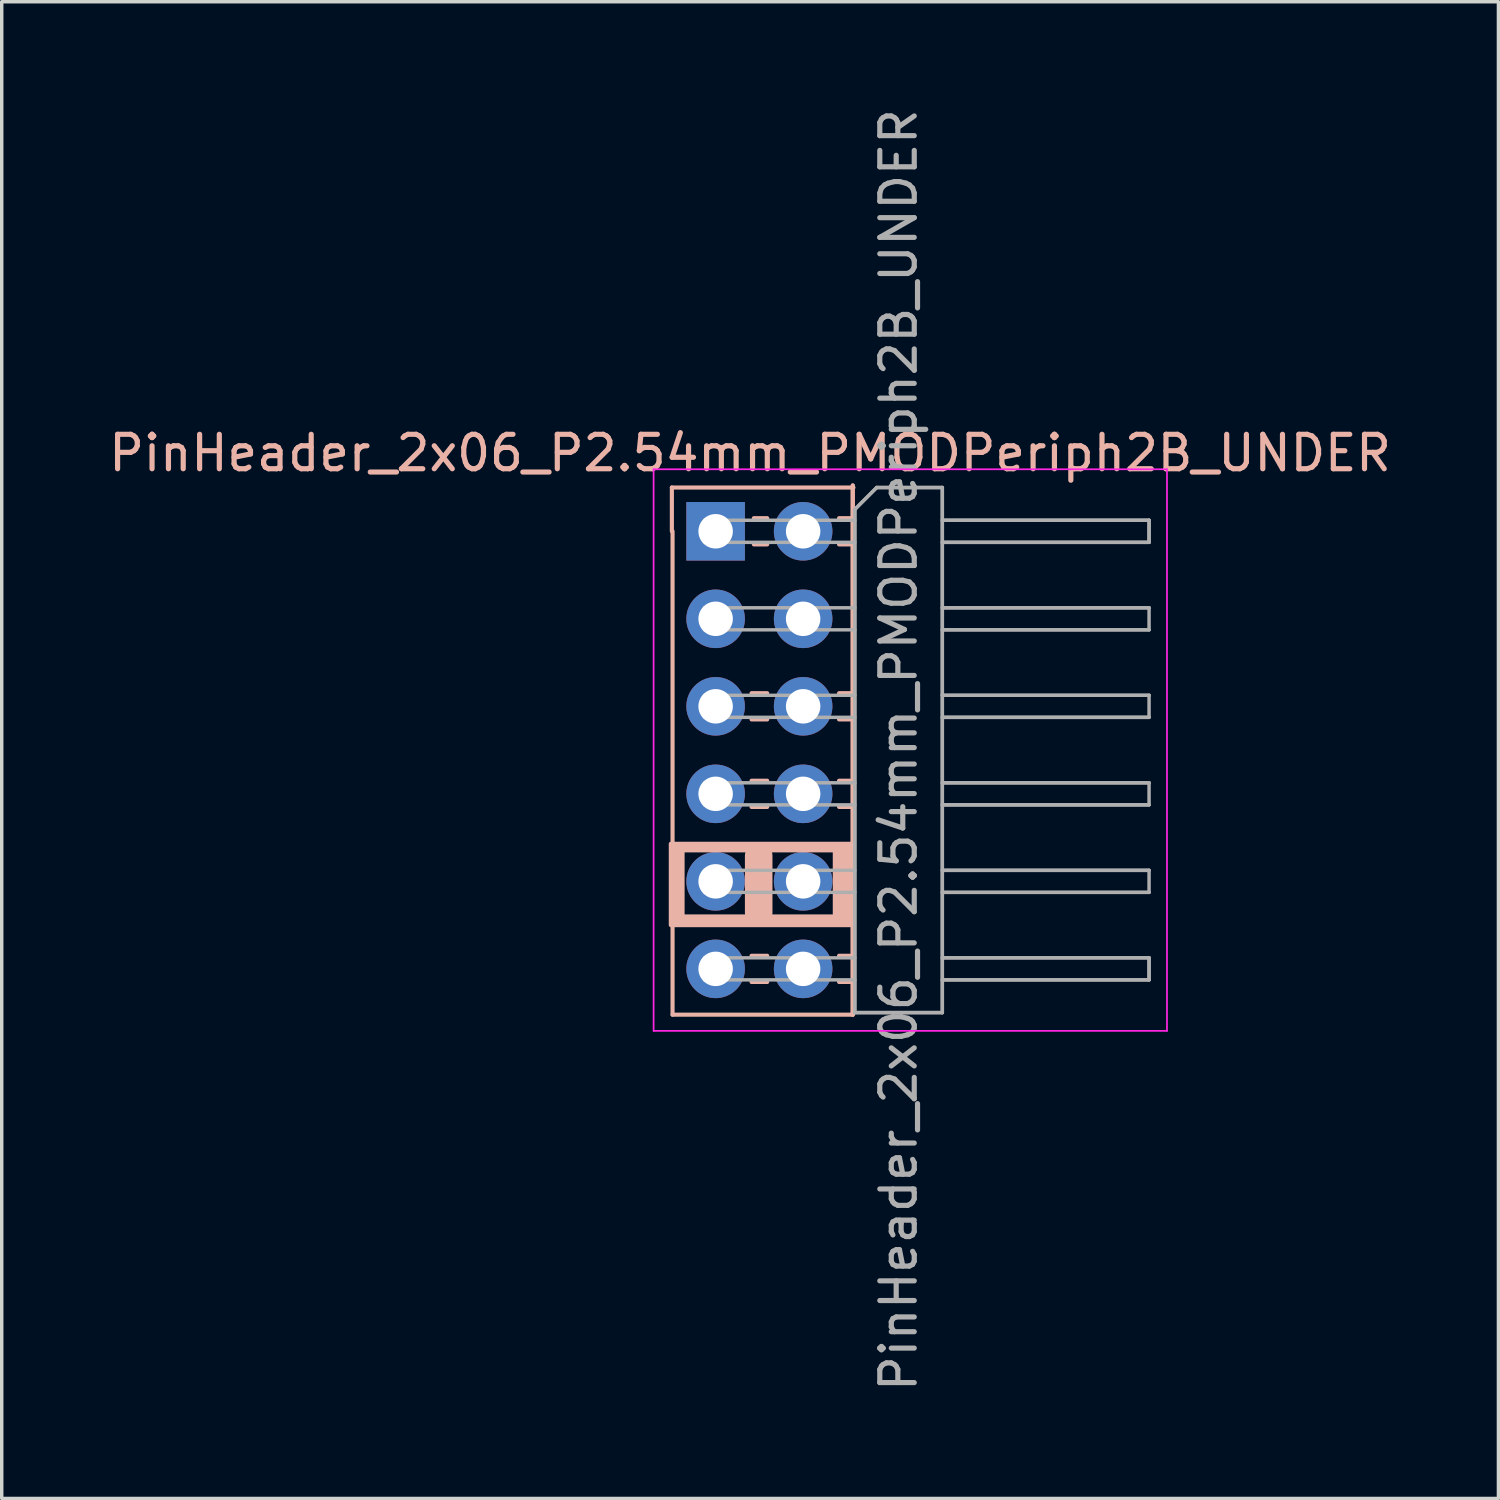
<source format=kicad_pcb>
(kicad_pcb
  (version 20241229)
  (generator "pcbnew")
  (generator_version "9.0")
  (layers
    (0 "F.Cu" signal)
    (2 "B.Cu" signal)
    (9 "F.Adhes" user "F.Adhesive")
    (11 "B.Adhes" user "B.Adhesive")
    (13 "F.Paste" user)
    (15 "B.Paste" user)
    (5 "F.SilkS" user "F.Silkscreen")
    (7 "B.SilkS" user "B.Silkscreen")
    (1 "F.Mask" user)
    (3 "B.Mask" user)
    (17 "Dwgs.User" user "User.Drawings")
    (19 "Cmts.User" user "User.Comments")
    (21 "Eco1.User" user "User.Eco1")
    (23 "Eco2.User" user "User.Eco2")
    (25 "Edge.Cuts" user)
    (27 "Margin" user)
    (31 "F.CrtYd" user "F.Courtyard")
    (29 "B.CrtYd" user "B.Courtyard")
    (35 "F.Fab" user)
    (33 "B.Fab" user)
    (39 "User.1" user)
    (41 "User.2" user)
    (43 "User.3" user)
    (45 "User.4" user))
  (footprint "PinHeader_2x06_P2.54mm_PMODPeriph2B_UNDER"
    (layer "F.Cu")
    (at 17.72 12.37)
    (property "Reference" "PinHeader_2x06_P2.54mm_PMODPeriph2B_UNDER" (at 1 -2.27 0) (layer "B.SilkS") (effects (font (size 1 1) (thickness 0.15))))
    (attr through_hole)
    (fp_line (start -1.27 -1.27) (end 4 -1.27) (stroke (width 0.12) (type solid)) (layer "B.SilkS"))
    (fp_line (start -1.27 0) (end -1.27 -1.27) (stroke (width 0.12) (type solid)) (layer "B.SilkS"))
    (fp_line (start -1.25 14.03) (end -1.25 0) (stroke (width 0.12) (type default)) (layer "B.SilkS"))
    (fp_line (start -1.2 9.17) (end 3.85 9.17) (stroke (width 0.3) (type default)) (layer "B.SilkS"))
    (fp_line (start -1.2 11.27) (end 3.85 11.27) (stroke (width 0.3) (type default)) (layer "B.SilkS"))
    (fp_line (start -1.1 9.22) (end -1.1 11.22) (stroke (width 0.4) (type default)) (layer "B.SilkS"))
    (fp_line (start 1.043 4.7) (end 1.497 4.7) (stroke (width 0.12) (type solid)) (layer "B.SilkS"))
    (fp_line (start 1.043 5.46) (end 1.497 5.46) (stroke (width 0.12) (type solid)) (layer "B.SilkS"))
    (fp_line (start 1.043 7.24) (end 1.497 7.24) (stroke (width 0.12) (type solid)) (layer "B.SilkS"))
    (fp_line (start 1.043 8) (end 1.497 8) (stroke (width 0.12) (type solid)) (layer "B.SilkS"))
    (fp_line (start 1.043 9.78) (end 1.497 9.78) (stroke (width 0.12) (type solid)) (layer "B.SilkS"))
    (fp_line (start 1.043 9.78) (end 1.497 9.78) (stroke (width 0.12) (type solid)) (layer "B.SilkS"))
    (fp_line (start 1.043 10.54) (end 1.497 10.54) (stroke (width 0.12) (type solid)) (layer "B.SilkS"))
    (fp_line (start 1.043 10.54) (end 1.497 10.54) (stroke (width 0.12) (type solid)) (layer "B.SilkS"))
    (fp_line (start 1.043 12.32) (end 1.497 12.32) (stroke (width 0.12) (type solid)) (layer "B.SilkS"))
    (fp_line (start 1.043 13.08) (end 1.497 13.08) (stroke (width 0.12) (type solid)) (layer "B.SilkS"))
    (fp_line (start 1.11 -0.38) (end 1.497 -0.38) (stroke (width 0.12) (type solid)) (layer "B.SilkS"))
    (fp_line (start 1.11 0.38) (end 1.497 0.38) (stroke (width 0.12) (type solid)) (layer "B.SilkS"))
    (fp_line (start 1.25 9.42) (end 1.25 11.07) (stroke (width 0.8) (type default)) (layer "B.SilkS"))
    (fp_line (start 3.583 -0.38) (end 3.98 -0.38) (stroke (width 0.12) (type solid)) (layer "B.SilkS"))
    (fp_line (start 3.583 0.38) (end 3.98 0.38) (stroke (width 0.12) (type solid)) (layer "B.SilkS"))
    (fp_line (start 3.583 4.7) (end 3.98 4.7) (stroke (width 0.12) (type solid)) (layer "B.SilkS"))
    (fp_line (start 3.583 5.46) (end 3.98 5.46) (stroke (width 0.12) (type solid)) (layer "B.SilkS"))
    (fp_line (start 3.583 7.24) (end 3.98 7.24) (stroke (width 0.12) (type solid)) (layer "B.SilkS"))
    (fp_line (start 3.583 8) (end 3.98 8) (stroke (width 0.12) (type solid)) (layer "B.SilkS"))
    (fp_line (start 3.583 9.78) (end 3.98 9.78) (stroke (width 0.12) (type solid)) (layer "B.SilkS"))
    (fp_line (start 3.583 9.78) (end 3.98 9.78) (stroke (width 0.12) (type solid)) (layer "B.SilkS"))
    (fp_line (start 3.583 10.54) (end 3.98 10.54) (stroke (width 0.12) (type solid)) (layer "B.SilkS"))
    (fp_line (start 3.583 10.54) (end 3.98 10.54) (stroke (width 0.12) (type solid)) (layer "B.SilkS"))
    (fp_line (start 3.583 12.32) (end 3.98 12.32) (stroke (width 0.12) (type solid)) (layer "B.SilkS"))
    (fp_line (start 3.583 13.08) (end 3.98 13.08) (stroke (width 0.12) (type solid)) (layer "B.SilkS"))
    (fp_line (start 3.6 9.22) (end 3.6 11.22) (stroke (width 0.4) (type default)) (layer "B.SilkS"))
    (fp_line (start 3.75 9.22) (end 3.75 11.22) (stroke (width 0.4) (type default)) (layer "B.SilkS"))
    (fp_line (start 3.98 -1.33) (end 3.98 14.03) (stroke (width 0.12) (type solid)) (layer "B.SilkS"))
    (fp_line (start 3.98 -1.33) (end 3.98 14.03) (stroke (width 0.12) (type solid)) (layer "B.SilkS"))
    (fp_line (start 3.98 14.03) (end -1.25 14.03) (stroke (width 0.12) (type default)) (layer "B.SilkS"))
    (fp_rect (start -1.3 9.07) (end 3.98 11.43) (stroke (width 0.12) (type default)) (fill no) (layer "B.SilkS"))
    (fp_line (start -1.8 -1.8) (end -1.8 14.5) (stroke (width 0.05) (type solid)) (layer "F.CrtYd"))
    (fp_line (start -1.8 14.5) (end 13.1 14.5) (stroke (width 0.05) (type solid)) (layer "F.CrtYd"))
    (fp_line (start 13.1 -1.8) (end -1.8 -1.8) (stroke (width 0.05) (type solid)) (layer "F.CrtYd"))
    (fp_line (start 13.1 14.5) (end 13.1 -1.8) (stroke (width 0.05) (type solid)) (layer "F.CrtYd"))
    (fp_line (start -0.32 -0.32) (end -0.32 0.32) (stroke (width 0.1) (type solid)) (layer "F.Fab"))
    (fp_line (start -0.32 -0.32) (end 4.04 -0.32) (stroke (width 0.1) (type solid)) (layer "F.Fab"))
    (fp_line (start -0.32 0.32) (end 4.04 0.32) (stroke (width 0.1) (type solid)) (layer "F.Fab"))
    (fp_line (start -0.32 2.22) (end -0.32 2.86) (stroke (width 0.1) (type solid)) (layer "F.Fab"))
    (fp_line (start -0.32 2.22) (end 4.04 2.22) (stroke (width 0.1) (type solid)) (layer "F.Fab"))
    (fp_line (start -0.32 2.86) (end 4.04 2.86) (stroke (width 0.1) (type solid)) (layer "F.Fab"))
    (fp_line (start -0.32 4.76) (end -0.32 5.4) (stroke (width 0.1) (type solid)) (layer "F.Fab"))
    (fp_line (start -0.32 4.76) (end 4.04 4.76) (stroke (width 0.1) (type solid)) (layer "F.Fab"))
    (fp_line (start -0.32 5.4) (end 4.04 5.4) (stroke (width 0.1) (type solid)) (layer "F.Fab"))
    (fp_line (start -0.32 7.3) (end -0.32 7.94) (stroke (width 0.1) (type solid)) (layer "F.Fab"))
    (fp_line (start -0.32 7.3) (end 4.04 7.3) (stroke (width 0.1) (type solid)) (layer "F.Fab"))
    (fp_line (start -0.32 7.94) (end 4.04 7.94) (stroke (width 0.1) (type solid)) (layer "F.Fab"))
    (fp_line (start -0.32 9.84) (end -0.32 10.48) (stroke (width 0.1) (type solid)) (layer "F.Fab"))
    (fp_line (start -0.32 9.84) (end 4.04 9.84) (stroke (width 0.1) (type solid)) (layer "F.Fab"))
    (fp_line (start -0.32 10.48) (end 4.04 10.48) (stroke (width 0.1) (type solid)) (layer "F.Fab"))
    (fp_line (start -0.32 12.38) (end -0.32 13.02) (stroke (width 0.1) (type solid)) (layer "F.Fab"))
    (fp_line (start -0.32 12.38) (end 4.04 12.38) (stroke (width 0.1) (type solid)) (layer "F.Fab"))
    (fp_line (start -0.32 13.02) (end 4.04 13.02) (stroke (width 0.1) (type solid)) (layer "F.Fab"))
    (fp_line (start 4.04 -0.635) (end 4.675 -1.27) (stroke (width 0.1) (type solid)) (layer "F.Fab"))
    (fp_line (start 4.04 -0.635) (end 4.675 -1.27) (stroke (width 0.1) (type solid)) (layer "F.Fab"))
    (fp_line (start 4.04 13.97) (end 4.04 -0.635) (stroke (width 0.1) (type solid)) (layer "F.Fab"))
    (fp_line (start 4.04 13.97) (end 4.04 -0.635) (stroke (width 0.1) (type solid)) (layer "F.Fab"))
    (fp_line (start 4.675 -1.27) (end 6.58 -1.27) (stroke (width 0.1) (type solid)) (layer "F.Fab"))
    (fp_line (start 4.675 -1.27) (end 6.58 -1.27) (stroke (width 0.1) (type solid)) (layer "F.Fab"))
    (fp_line (start 6.58 -1.27) (end 6.58 13.97) (stroke (width 0.1) (type solid)) (layer "F.Fab"))
    (fp_line (start 6.58 -1.27) (end 6.58 13.97) (stroke (width 0.1) (type solid)) (layer "F.Fab"))
    (fp_line (start 6.58 -0.32) (end 12.58 -0.32) (stroke (width 0.1) (type solid)) (layer "F.Fab"))
    (fp_line (start 6.58 -0.32) (end 12.58 -0.32) (stroke (width 0.1) (type solid)) (layer "F.Fab"))
    (fp_line (start 6.58 0.32) (end 12.58 0.32) (stroke (width 0.1) (type solid)) (layer "F.Fab"))
    (fp_line (start 6.58 0.32) (end 12.58 0.32) (stroke (width 0.1) (type solid)) (layer "F.Fab"))
    (fp_line (start 6.58 2.22) (end 12.58 2.22) (stroke (width 0.1) (type solid)) (layer "F.Fab"))
    (fp_line (start 6.58 2.22) (end 12.58 2.22) (stroke (width 0.1) (type solid)) (layer "F.Fab"))
    (fp_line (start 6.58 2.86) (end 12.58 2.86) (stroke (width 0.1) (type solid)) (layer "F.Fab"))
    (fp_line (start 6.58 2.86) (end 12.58 2.86) (stroke (width 0.1) (type solid)) (layer "F.Fab"))
    (fp_line (start 6.58 4.76) (end 12.58 4.76) (stroke (width 0.1) (type solid)) (layer "F.Fab"))
    (fp_line (start 6.58 4.76) (end 12.58 4.76) (stroke (width 0.1) (type solid)) (layer "F.Fab"))
    (fp_line (start 6.58 5.4) (end 12.58 5.4) (stroke (width 0.1) (type solid)) (layer "F.Fab"))
    (fp_line (start 6.58 5.4) (end 12.58 5.4) (stroke (width 0.1) (type solid)) (layer "F.Fab"))
    (fp_line (start 6.58 7.3) (end 12.58 7.3) (stroke (width 0.1) (type solid)) (layer "F.Fab"))
    (fp_line (start 6.58 7.3) (end 12.58 7.3) (stroke (width 0.1) (type solid)) (layer "F.Fab"))
    (fp_line (start 6.58 7.94) (end 12.58 7.94) (stroke (width 0.1) (type solid)) (layer "F.Fab"))
    (fp_line (start 6.58 7.94) (end 12.58 7.94) (stroke (width 0.1) (type solid)) (layer "F.Fab"))
    (fp_line (start 6.58 9.84) (end 12.58 9.84) (stroke (width 0.1) (type solid)) (layer "F.Fab"))
    (fp_line (start 6.58 9.84) (end 12.58 9.84) (stroke (width 0.1) (type solid)) (layer "F.Fab"))
    (fp_line (start 6.58 10.48) (end 12.58 10.48) (stroke (width 0.1) (type solid)) (layer "F.Fab"))
    (fp_line (start 6.58 10.48) (end 12.58 10.48) (stroke (width 0.1) (type solid)) (layer "F.Fab"))
    (fp_line (start 6.58 12.38) (end 12.58 12.38) (stroke (width 0.1) (type solid)) (layer "F.Fab"))
    (fp_line (start 6.58 12.38) (end 12.58 12.38) (stroke (width 0.1) (type solid)) (layer "F.Fab"))
    (fp_line (start 6.58 13.02) (end 12.58 13.02) (stroke (width 0.1) (type solid)) (layer "F.Fab"))
    (fp_line (start 6.58 13.02) (end 12.58 13.02) (stroke (width 0.1) (type solid)) (layer "F.Fab"))
    (fp_line (start 6.58 13.97) (end 4.04 13.97) (stroke (width 0.1) (type solid)) (layer "F.Fab"))
    (fp_line (start 6.58 13.97) (end 4.04 13.97) (stroke (width 0.1) (type solid)) (layer "F.Fab"))
    (fp_line (start 12.58 -0.32) (end 12.58 0.32) (stroke (width 0.1) (type solid)) (layer "F.Fab"))
    (fp_line (start 12.58 -0.32) (end 12.58 0.32) (stroke (width 0.1) (type solid)) (layer "F.Fab"))
    (fp_line (start 12.58 2.22) (end 12.58 2.86) (stroke (width 0.1) (type solid)) (layer "F.Fab"))
    (fp_line (start 12.58 4.76) (end 12.58 5.4) (stroke (width 0.1) (type solid)) (layer "F.Fab"))
    (fp_line (start 12.58 7.3) (end 12.58 7.94) (stroke (width 0.1) (type solid)) (layer "F.Fab"))
    (fp_line (start 12.58 9.84) (end 12.58 10.48) (stroke (width 0.1) (type solid)) (layer "F.Fab"))
    (fp_line (start 12.58 12.38) (end 12.58 13.02) (stroke (width 0.1) (type solid)) (layer "F.Fab"))
    (fp_line (start 12.58 12.38) (end 12.58 13.02) (stroke (width 0.1) (type solid)) (layer "F.Fab"))
    (fp_text user "${REFERENCE}" (at 5.31 6.35 90) (layer "F.Fab") (effects (font (size 1 1) (thickness 0.15))))
    (pad "1" thru_hole rect (at 0 0) (size 1.7 1.7) (drill 1) (layers "*.Cu" "*.Mask"))
    (pad "2" thru_hole oval (at 0 2.54) (size 1.7 1.7) (drill 1) (layers "*.Cu" "*.Mask"))
    (pad "3" thru_hole oval (at 0 5.08) (size 1.7 1.7) (drill 1) (layers "*.Cu" "*.Mask"))
    (pad "4" thru_hole oval (at 0 7.62) (size 1.7 1.7) (drill 1) (layers "*.Cu" "*.Mask"))
    (pad "5" thru_hole oval (at 0 10.16) (size 1.7 1.7) (drill 1) (layers "*.Cu" "*.Mask"))
    (pad "6" thru_hole circle (at 0 12.7) (size 1.7 1.7) (drill 1) (layers "*.Cu" "*.Mask"))
    (pad "7" thru_hole oval (at 2.54 0) (size 1.7 1.7) (drill 1) (layers "*.Cu" "*.Mask"))
    (pad "8" thru_hole oval (at 2.54 2.54) (size 1.7 1.7) (drill 1) (layers "*.Cu" "*.Mask"))
    (pad "9" thru_hole oval (at 2.54 5.08) (size 1.7 1.7) (drill 1) (layers "*.Cu" "*.Mask"))
    (pad "10" thru_hole oval (at 2.54 7.62) (size 1.7 1.7) (drill 1) (layers "*.Cu" "*.Mask"))
    (pad "11" thru_hole oval (at 2.54 10.16) (size 1.7 1.7) (drill 1) (layers "*.Cu" "*.Mask"))
    (pad "12" thru_hole oval (at 2.54 12.7) (size 1.7 1.7) (drill 1) (layers "*.Cu" "*.Mask")))
  (gr_rect
    (start -3 -3)
    (end 40.44 40.44)
    (stroke (width 0.1) (type default))
    (fill no)
    (layer "Edge.Cuts")))
</source>
